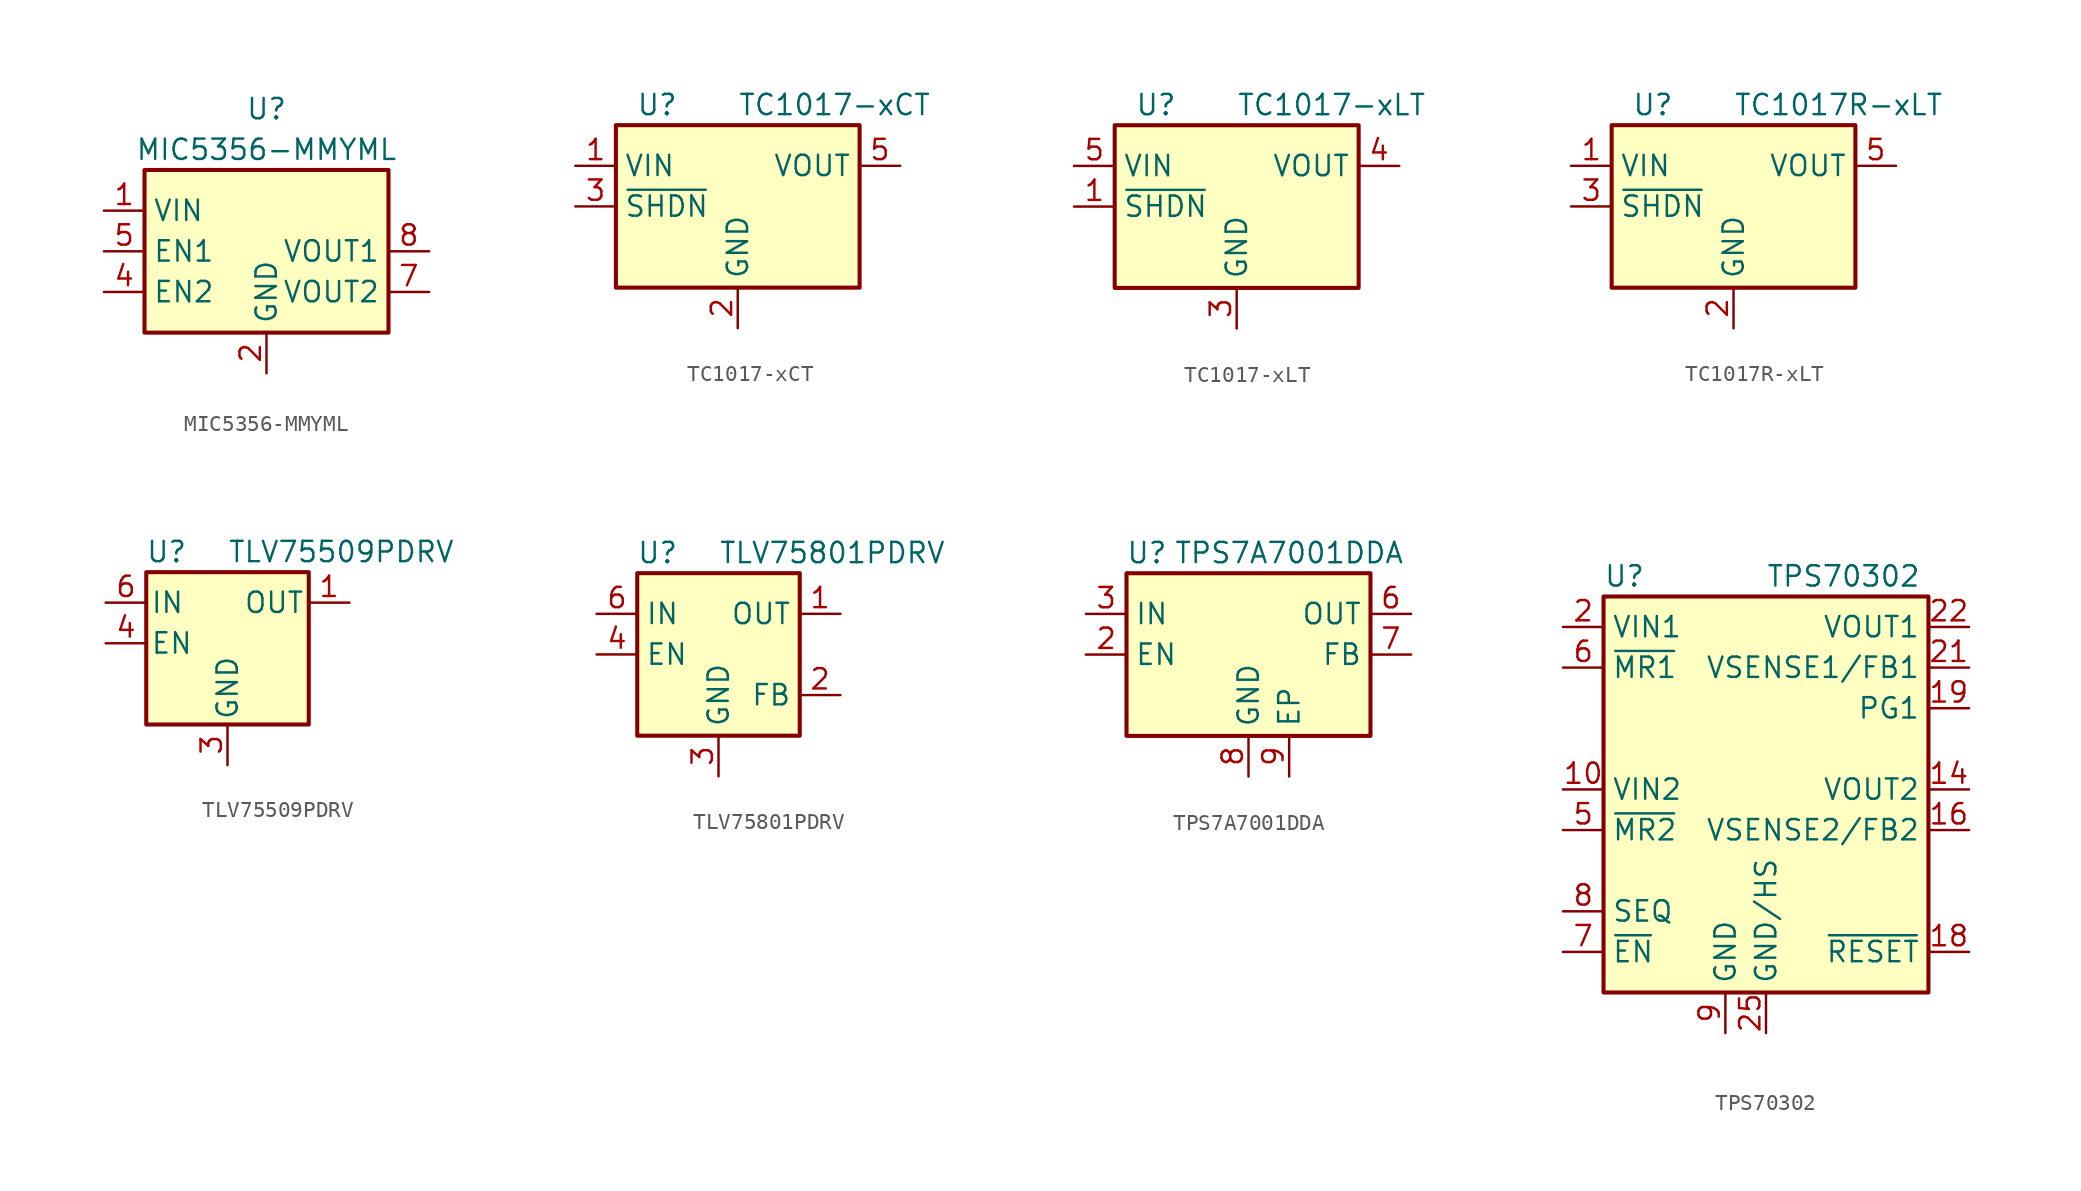
<source format=kicad_sym>
(kicad_symbol_lib
  (version 20200908)
  (generator kicad_symbol_editor)
  (symbol "Regulator_Linear:MIC5356-MMYML"
    (property "Reference" "U"
      (at 0 8.89 0)
      (effects (font (size 1.27 1.27))))
    (property "Value" "MIC5356-MMYML"
      (at 0 6.35 0)
      (effects (font (size 1.27 1.27))))
    (symbol "MIC5356-MMYML_0_1"
      (rectangle (start -7.62 5.08) (end 7.62 -5.08) (stroke (width 0.254)) (fill (type background))))
    (symbol "MIC5356-MMYML_1_1"
      (pin power_in line (at -10.16 2.54 0) (length 2.54) (name "VIN" (effects (font (size 1.27 1.27)))) (number "1" (effects (font (size 1.27 1.27)))))
      (pin power_in line (at 0 -7.62 90) (length 2.54) (name "GND" (effects (font (size 1.27 1.27)))) (number "2" (effects (font (size 1.27 1.27)))))
      (pin unconnected line (at 0 5.08 270) (length 2.54) hide (name "NC" (effects (font (size 1.27 1.27)))) (number "3" (effects (font (size 1.27 1.27)))))
      (pin input line (at -10.16 -2.54 0) (length 2.54) (name "EN2" (effects (font (size 1.27 1.27)))) (number "4" (effects (font (size 1.27 1.27)))))
      (pin input line (at -10.16 0 0) (length 2.54) (name "EN1" (effects (font (size 1.27 1.27)))) (number "5" (effects (font (size 1.27 1.27)))))
      (pin unconnected line (at 7.62 2.54 180) (length 2.54) hide (name "NC" (effects (font (size 1.27 1.27)))) (number "6" (effects (font (size 1.27 1.27)))))
      (pin power_out line (at 10.16 -2.54 180) (length 2.54) (name "VOUT2" (effects (font (size 1.27 1.27)))) (number "7" (effects (font (size 1.27 1.27)))))
      (pin power_out line (at 10.16 0 180) (length 2.54) (name "VOUT1" (effects (font (size 1.27 1.27)))) (number "8" (effects (font (size 1.27 1.27)))))
      (pin passive line (at 0 -7.62 90) (length 2.54) hide (name "GND" (effects (font (size 1.27 1.27)))) (number "9" (effects (font (size 1.27 1.27)))))))
  (symbol "Regulator_Linear:TC1017-xCT"
    (property "Reference" "U"
      (at -6.35 6.35 0)
      (effects (font (size 1.27 1.27)) (justify left)))
    (property "Value" "TC1017-xCT"
      (at 0 6.35 0)
      (effects (font (size 1.27 1.27)) (justify left)))
    (symbol "TC1017-xCT_0_1"
      (rectangle (start -7.62 5.08) (end 7.62 -5.08) (stroke (width 0.254)) (fill (type background))))
    (symbol "TC1017-xCT_1_1"
      (pin power_in line (at -10.16 2.54 0) (length 2.54) (name "VIN" (effects (font (size 1.27 1.27)))) (number "1" (effects (font (size 1.27 1.27)))))
      (pin power_in line (at 0 -7.62 90) (length 2.54) (name "GND" (effects (font (size 1.27 1.27)))) (number "2" (effects (font (size 1.27 1.27)))))
      (pin input line (at -10.16 0 0) (length 2.54) (name "~SHDN" (effects (font (size 1.27 1.27)))) (number "3" (effects (font (size 1.27 1.27)))))
      (pin unconnected line (at 7.62 0 180) (length 2.54) hide (name "NC" (effects (font (size 1.27 1.27)))) (number "4" (effects (font (size 1.27 1.27)))))
      (pin power_out line (at 10.16 2.54 180) (length 2.54) (name "VOUT" (effects (font (size 1.27 1.27)))) (number "5" (effects (font (size 1.27 1.27)))))))
  (symbol "Regulator_Linear:TC1017-xLT"
    (property "Reference" "U"
      (at -6.35 6.35 0)
      (effects (font (size 1.27 1.27)) (justify left)))
    (property "Value" "TC1017-xLT"
      (at 0 6.35 0)
      (effects (font (size 1.27 1.27)) (justify left)))
    (symbol "TC1017-xLT_0_1"
      (rectangle (start -7.62 5.08) (end 7.62 -5.08) (stroke (width 0.254)) (fill (type background))))
    (symbol "TC1017-xLT_1_1"
      (pin input line (at -10.16 0 0) (length 2.54) (name "~SHDN" (effects (font (size 1.27 1.27)))) (number "1" (effects (font (size 1.27 1.27)))))
      (pin unconnected line (at 7.62 0 180) (length 2.54) hide (name "NC" (effects (font (size 1.27 1.27)))) (number "2" (effects (font (size 1.27 1.27)))))
      (pin power_in line (at 0 -7.62 90) (length 2.54) (name "GND" (effects (font (size 1.27 1.27)))) (number "3" (effects (font (size 1.27 1.27)))))
      (pin power_out line (at 10.16 2.54 180) (length 2.54) (name "VOUT" (effects (font (size 1.27 1.27)))) (number "4" (effects (font (size 1.27 1.27)))))
      (pin power_in line (at -10.16 2.54 0) (length 2.54) (name "VIN" (effects (font (size 1.27 1.27)))) (number "5" (effects (font (size 1.27 1.27)))))))
  (symbol "Regulator_Linear:TC1017R-xLT"
    (property "Reference" "U"
      (at -6.35 6.35 0)
      (effects (font (size 1.27 1.27)) (justify left)))
    (property "Value" "TC1017R-xLT"
      (at 0 6.35 0)
      (effects (font (size 1.27 1.27)) (justify left)))
    (symbol "TC1017R-xLT_0_1"
      (rectangle (start -7.62 5.08) (end 7.62 -5.08) (stroke (width 0.254)) (fill (type background))))
    (symbol "TC1017R-xLT_1_1"
      (pin power_in line (at -10.16 2.54 0) (length 2.54) (name "VIN" (effects (font (size 1.27 1.27)))) (number "1" (effects (font (size 1.27 1.27)))))
      (pin power_in line (at 0 -7.62 90) (length 2.54) (name "GND" (effects (font (size 1.27 1.27)))) (number "2" (effects (font (size 1.27 1.27)))))
      (pin input line (at -10.16 0 0) (length 2.54) (name "~SHDN" (effects (font (size 1.27 1.27)))) (number "3" (effects (font (size 1.27 1.27)))))
      (pin unconnected line (at 7.62 0 180) (length 2.54) hide (name "NC" (effects (font (size 1.27 1.27)))) (number "4" (effects (font (size 1.27 1.27)))))
      (pin power_out line (at 10.16 2.54 180) (length 2.54) (name "VOUT" (effects (font (size 1.27 1.27)))) (number "5" (effects (font (size 1.27 1.27)))))))
  (symbol "Regulator_Linear:TLV75509PDRV"
    (pin_names
      (offset 0.254))
    (property "Reference" "U"
      (at -3.81 5.715 0)
      (effects (font (size 1.27 1.27))))
    (property "Value" "TLV75509PDRV"
      (at 0 5.715 0)
      (effects (font (size 1.27 1.27)) (justify left)))
    (symbol "TLV75509PDRV_0_1"
      (rectangle (start -5.08 4.445) (end 5.08 -5.08) (stroke (width 0.254)) (fill (type background))))
    (symbol "TLV75509PDRV_1_1"
      (pin power_out line (at 7.62 2.54 180) (length 2.54) (name "OUT" (effects (font (size 1.27 1.27)))) (number "1" (effects (font (size 1.27 1.27)))))
      (pin unconnected line (at 5.08 0 180) (length 2.54) hide (name "NC" (effects (font (size 1.27 1.27)))) (number "2" (effects (font (size 1.27 1.27)))))
      (pin power_in line (at 0 -7.62 90) (length 2.54) (name "GND" (effects (font (size 1.27 1.27)))) (number "3" (effects (font (size 1.27 1.27)))))
      (pin input line (at -7.62 0 0) (length 2.54) (name "EN" (effects (font (size 1.27 1.27)))) (number "4" (effects (font (size 1.27 1.27)))))
      (pin unconnected line (at 5.08 -2.54 180) (length 2.54) hide (name "NC" (effects (font (size 1.27 1.27)))) (number "5" (effects (font (size 1.27 1.27)))))
      (pin power_in line (at -7.62 2.54 0) (length 2.54) (name "IN" (effects (font (size 1.27 1.27)))) (number "6" (effects (font (size 1.27 1.27)))))
      (pin passive line (at 0 -7.62 90) (length 2.54) hide (name "GND" (effects (font (size 1.27 1.27)))) (number "7" (effects (font (size 1.27 1.27)))))))
  (symbol "Regulator_Linear:TLV75801PDRV"
    (property "Reference" "U"
      (at -3.81 6.35 0)
      (effects (font (size 1.27 1.27))))
    (property "Value" "TLV75801PDRV"
      (at 0 6.35 0)
      (effects (font (size 1.27 1.27)) (justify left)))
    (symbol "TLV75801PDRV_0_1"
      (rectangle (start 5.08 -5.08) (end -5.08 5.08) (stroke (width 0.254)) (fill (type background))))
    (symbol "TLV75801PDRV_1_1"
      (pin power_out line (at 7.62 2.54 180) (length 2.54) (name "OUT" (effects (font (size 1.27 1.27)))) (number "1" (effects (font (size 1.27 1.27)))))
      (pin input line (at 7.62 -2.54 180) (length 2.54) (name "FB" (effects (font (size 1.27 1.27)))) (number "2" (effects (font (size 1.27 1.27)))))
      (pin power_in line (at 0 -7.62 90) (length 2.54) (name "GND" (effects (font (size 1.27 1.27)))) (number "3" (effects (font (size 1.27 1.27)))))
      (pin input line (at -7.62 0 0) (length 2.54) (name "EN" (effects (font (size 1.27 1.27)))) (number "4" (effects (font (size 1.27 1.27)))))
      (pin unconnected line (at 5.08 0 180) (length 2.54) hide (name "DNC" (effects (font (size 1.27 1.27)))) (number "5" (effects (font (size 1.27 1.27)))))
      (pin power_in line (at -7.62 2.54 0) (length 2.54) (name "IN" (effects (font (size 1.27 1.27)))) (number "6" (effects (font (size 1.27 1.27)))))
      (pin passive line (at 0 -7.62 90) (length 2.54) hide (name "GND" (effects (font (size 1.27 1.27)))) (number "7" (effects (font (size 1.27 1.27)))))))
  (symbol "Regulator_Linear:TPS7A7001DDA"
    (property "Reference" "U"
      (at -6.35 6.35 0)
      (effects (font (size 1.27 1.27))))
    (property "Value" "TPS7A7001DDA"
      (at 2.54 6.35 0)
      (effects (font (size 1.27 1.27))))
    (symbol "TPS7A7001DDA_0_1"
      (rectangle (start -7.62 5.08) (end 7.62 -5.08) (stroke (width 0.254)) (fill (type background))))
    (symbol "TPS7A7001DDA_1_1"
      (pin unconnected line (at -7.62 -2.54 0) (length 2.54) hide (name "NC" (effects (font (size 1.27 1.27)))) (number "1" (effects (font (size 1.27 1.27)))))
      (pin input line (at -10.16 0 0) (length 2.54) (name "EN" (effects (font (size 1.27 1.27)))) (number "2" (effects (font (size 1.27 1.27)))))
      (pin power_in line (at -10.16 2.54 0) (length 2.54) (name "IN" (effects (font (size 1.27 1.27)))) (number "3" (effects (font (size 1.27 1.27)))))
      (pin unconnected line (at 7.62 -2.54 180) (length 2.54) hide (name "NC" (effects (font (size 1.27 1.27)))) (number "4" (effects (font (size 1.27 1.27)))))
      (pin unconnected line (at -2.54 -5.08 90) (length 2.54) hide (name "NC" (effects (font (size 1.27 1.27)))) (number "5" (effects (font (size 1.27 1.27)))))
      (pin power_out line (at 10.16 2.54 180) (length 2.54) (name "OUT" (effects (font (size 1.27 1.27)))) (number "6" (effects (font (size 1.27 1.27)))))
      (pin input line (at 10.16 0 180) (length 2.54) (name "FB" (effects (font (size 1.27 1.27)))) (number "7" (effects (font (size 1.27 1.27)))))
      (pin power_in line (at 0 -7.62 90) (length 2.54) (name "GND" (effects (font (size 1.27 1.27)))) (number "8" (effects (font (size 1.27 1.27)))))
      (pin passive line (at 2.54 -7.62 90) (length 2.54) (name "EP" (effects (font (size 1.27 1.27)))) (number "9" (effects (font (size 1.27 1.27)))))))
  (symbol "Regulator_Linear:TPS70302"
    (property "Reference" "U"
      (at -10.16 13.335 0)
      (effects (font (size 1.27 1.27)) (justify left)))
    (property "Value" "TPS70302"
      (at 0 13.335 0)
      (effects (font (size 1.27 1.27)) (justify left)))
    (symbol "TPS70302_0_1"
      (rectangle (start -10.16 12.065) (end 10.16 -12.7) (stroke (width 0.254)) (fill (type background))))
    (symbol "TPS70302_1_1"
      (pin passive line (at 0 -15.24 90) (length 2.54) hide (name "GND/HS" (effects (font (size 1.27 1.27)))) (number "1" (effects (font (size 1.27 1.27)))))
      (pin power_in line (at -12.7 0 0) (length 2.54) (name "VIN2" (effects (font (size 1.27 1.27)))) (number "10" (effects (font (size 1.27 1.27)))))
      (pin passive line (at -12.7 0 0) (length 2.54) hide (name "VIN2" (effects (font (size 1.27 1.27)))) (number "11" (effects (font (size 1.27 1.27)))))
      (pin passive line (at 0 -15.24 90) (length 2.54) hide (name "GND/HS" (effects (font (size 1.27 1.27)))) (number "12" (effects (font (size 1.27 1.27)))))
      (pin passive line (at 0 -15.24 90) (length 2.54) hide (name "GND/HS" (effects (font (size 1.27 1.27)))) (number "13" (effects (font (size 1.27 1.27)))))
      (pin power_out line (at 12.7 0 180) (length 2.54) (name "VOUT2" (effects (font (size 1.27 1.27)))) (number "14" (effects (font (size 1.27 1.27)))))
      (pin passive line (at 12.7 0 180) (length 2.54) hide (name "VOUT2" (effects (font (size 1.27 1.27)))) (number "15" (effects (font (size 1.27 1.27)))))
      (pin input line (at 12.7 -2.54 180) (length 2.54) (name "VSENSE2/FB2" (effects (font (size 1.27 1.27)))) (number "16" (effects (font (size 1.27 1.27)))))
      (pin unconnected line (at -10.16 2.54 0) (length 2.54) hide (name "NC" (effects (font (size 1.27 1.27)))) (number "17" (effects (font (size 1.27 1.27)))))
      (pin open_collector line (at 12.7 -10.16 180) (length 2.54) (name "~RESET" (effects (font (size 1.27 1.27)))) (number "18" (effects (font (size 1.27 1.27)))))
      (pin open_collector line (at 12.7 5.08 180) (length 2.54) (name "PG1" (effects (font (size 1.27 1.27)))) (number "19" (effects (font (size 1.27 1.27)))))
      (pin power_in line (at -12.7 10.16 0) (length 2.54) (name "VIN1" (effects (font (size 1.27 1.27)))) (number "2" (effects (font (size 1.27 1.27)))))
      (pin unconnected line (at -10.16 -5.08 0) (length 2.54) hide (name "NC" (effects (font (size 1.27 1.27)))) (number "20" (effects (font (size 1.27 1.27)))))
      (pin input line (at 12.7 7.62 180) (length 2.54) (name "VSENSE1/FB1" (effects (font (size 1.27 1.27)))) (number "21" (effects (font (size 1.27 1.27)))))
      (pin power_out line (at 12.7 10.16 180) (length 2.54) (name "VOUT1" (effects (font (size 1.27 1.27)))) (number "22" (effects (font (size 1.27 1.27)))))
      (pin passive line (at 12.7 10.16 180) (length 2.54) hide (name "VOUT1" (effects (font (size 1.27 1.27)))) (number "23" (effects (font (size 1.27 1.27)))))
      (pin passive line (at 0 -15.24 90) (length 2.54) hide (name "GND/HS" (effects (font (size 1.27 1.27)))) (number "24" (effects (font (size 1.27 1.27)))))
      (pin power_in line (at 0 -15.24 90) (length 2.54) (name "GND/HS" (effects (font (size 1.27 1.27)))) (number "25" (effects (font (size 1.27 1.27)))))
      (pin passive line (at -12.7 10.16 0) (length 2.54) hide (name "VIN1" (effects (font (size 1.27 1.27)))) (number "3" (effects (font (size 1.27 1.27)))))
      (pin unconnected line (at -10.16 5.08 0) (length 2.54) hide (name "NC" (effects (font (size 1.27 1.27)))) (number "4" (effects (font (size 1.27 1.27)))))
      (pin input line (at -12.7 -2.54 0) (length 2.54) (name "~MR2" (effects (font (size 1.27 1.27)))) (number "5" (effects (font (size 1.27 1.27)))))
      (pin input line (at -12.7 7.62 0) (length 2.54) (name "~MR1" (effects (font (size 1.27 1.27)))) (number "6" (effects (font (size 1.27 1.27)))))
      (pin input line (at -12.7 -10.16 0) (length 2.54) (name "~EN" (effects (font (size 1.27 1.27)))) (number "7" (effects (font (size 1.27 1.27)))))
      (pin input line (at -12.7 -7.62 0) (length 2.54) (name "SEQ" (effects (font (size 1.27 1.27)))) (number "8" (effects (font (size 1.27 1.27)))))
      (pin power_in line (at -2.54 -15.24 90) (length 2.54) (name "GND" (effects (font (size 1.27 1.27)))) (number "9" (effects (font (size 1.27 1.27))))))))
</source>
